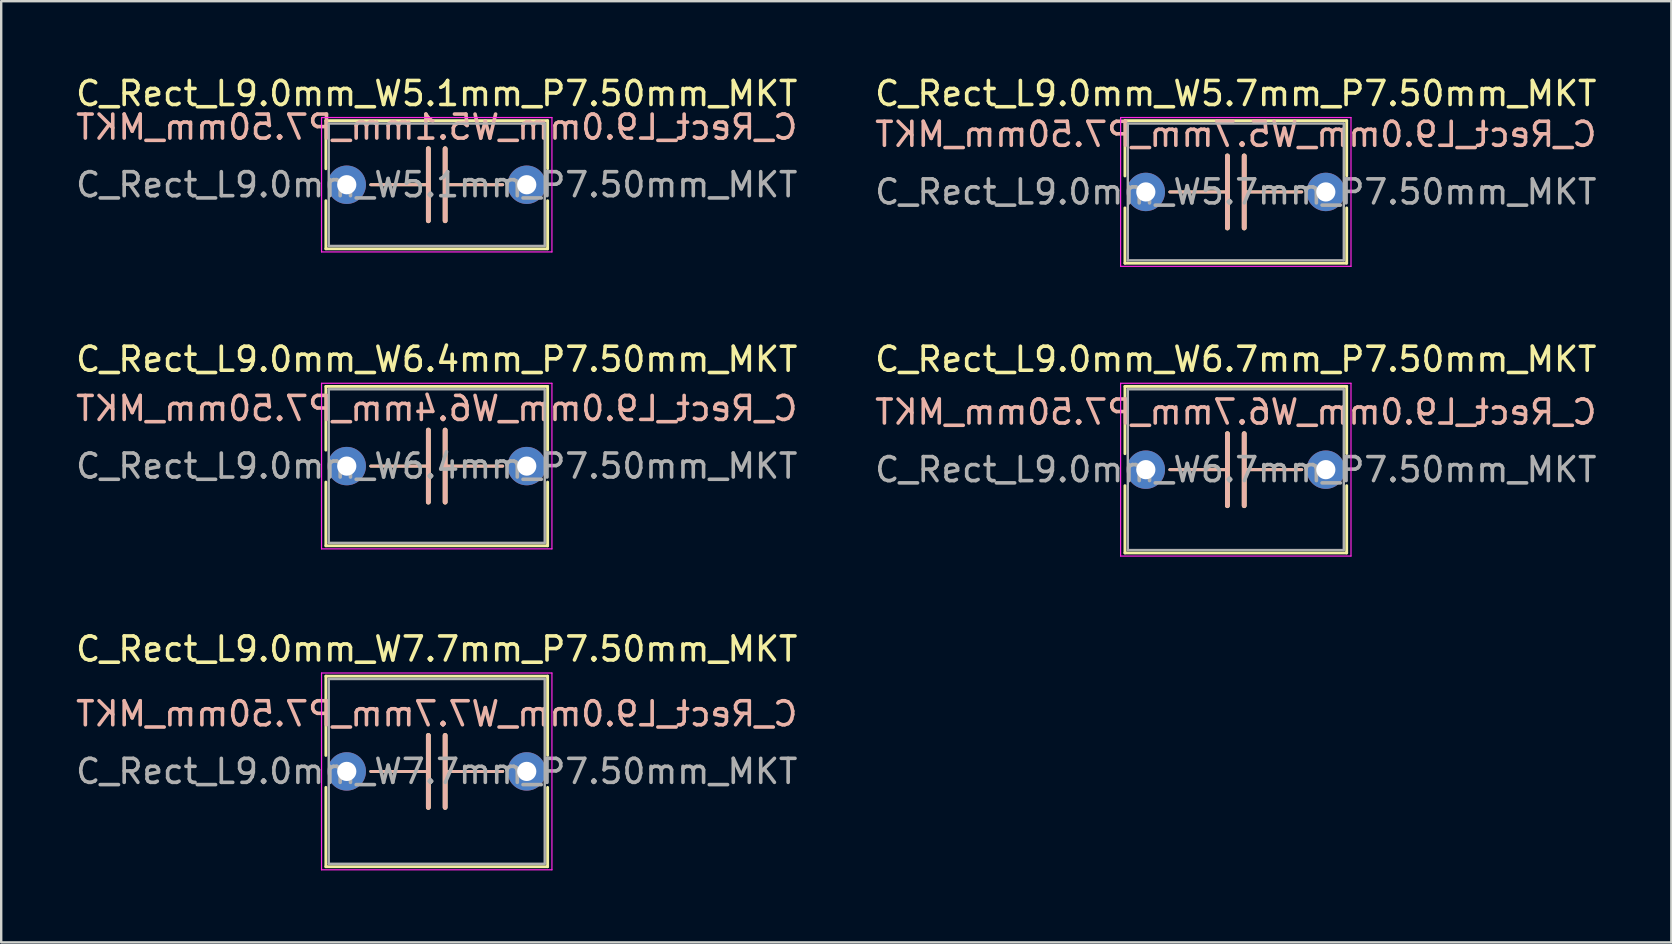
<source format=kicad_pcb>
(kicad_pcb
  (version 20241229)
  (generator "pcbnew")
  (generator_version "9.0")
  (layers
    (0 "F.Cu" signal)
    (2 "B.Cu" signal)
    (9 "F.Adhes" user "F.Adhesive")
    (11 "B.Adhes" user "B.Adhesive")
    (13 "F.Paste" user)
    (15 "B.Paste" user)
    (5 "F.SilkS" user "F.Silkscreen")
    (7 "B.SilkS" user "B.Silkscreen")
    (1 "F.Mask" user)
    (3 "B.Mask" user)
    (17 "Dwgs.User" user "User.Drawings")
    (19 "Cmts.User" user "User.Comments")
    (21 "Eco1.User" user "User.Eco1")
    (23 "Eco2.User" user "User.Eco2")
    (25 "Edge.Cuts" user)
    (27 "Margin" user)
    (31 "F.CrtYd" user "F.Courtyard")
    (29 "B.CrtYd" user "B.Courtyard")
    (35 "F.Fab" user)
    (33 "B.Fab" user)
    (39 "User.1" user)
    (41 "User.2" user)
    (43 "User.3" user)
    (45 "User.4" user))
  (footprint "C_Rect_L9.0mm_W6.7mm_P7.50mm_MKT"
    (layer "F.Cu")
    (at 44.696 16.521)
    (property "Reference" "C_Rect_L9.0mm_W6.7mm_P7.50mm_MKT" (at 3.75 -4.6 0) (layer "F.SilkS") (effects (font (size 1 1) (thickness 0.15))))
    (fp_line (start -0.87 -3.47) (end -0.87 -0.665) (stroke (width 0.12) (type solid)) (layer "F.SilkS"))
    (fp_line (start -0.87 -3.47) (end 8.37 -3.47) (stroke (width 0.12) (type solid)) (layer "F.SilkS"))
    (fp_line (start -0.87 0.665) (end -0.87 3.47) (stroke (width 0.12) (type solid)) (layer "F.SilkS"))
    (fp_line (start -0.87 3.47) (end 8.37 3.47) (stroke (width 0.12) (type solid)) (layer "F.SilkS"))
    (fp_line (start 1 0) (end 3.4 0) (stroke (width 0.12) (type solid)) (layer "F.SilkS"))
    (fp_line (start 3.4 -1.5) (end 3.4 1.5) (stroke (width 0.2) (type solid)) (layer "F.SilkS"))
    (fp_line (start 4.1 -1.5) (end 4.1 1.5) (stroke (width 0.2) (type solid)) (layer "F.SilkS"))
    (fp_line (start 4.1 0) (end 6.5 0) (stroke (width 0.12) (type solid)) (layer "F.SilkS"))
    (fp_line (start 8.37 -3.47) (end 8.37 -0.665) (stroke (width 0.12) (type solid)) (layer "F.SilkS"))
    (fp_line (start 8.37 0.665) (end 8.37 3.47) (stroke (width 0.12) (type solid)) (layer "F.SilkS"))
    (fp_line (start 1 0) (end 3.4 0) (stroke (width 0.12) (type solid)) (layer "B.SilkS"))
    (fp_line (start 3.4 1.5) (end 3.4 -1.5) (stroke (width 0.2) (type solid)) (layer "B.SilkS"))
    (fp_line (start 4.1 0) (end 6.5 0) (stroke (width 0.12) (type solid)) (layer "B.SilkS"))
    (fp_line (start 4.1 1.5) (end 4.1 -1.5) (stroke (width 0.2) (type solid)) (layer "B.SilkS"))
    (fp_line (start -1.05 -3.6) (end -1.05 3.6) (stroke (width 0.05) (type solid)) (layer "F.CrtYd"))
    (fp_line (start -1.05 3.6) (end 8.55 3.6) (stroke (width 0.05) (type solid)) (layer "F.CrtYd"))
    (fp_line (start 8.55 -3.6) (end -1.05 -3.6) (stroke (width 0.05) (type solid)) (layer "F.CrtYd"))
    (fp_line (start 8.55 3.6) (end 8.55 -3.6) (stroke (width 0.05) (type solid)) (layer "F.CrtYd"))
    (fp_line (start -0.75 -3.35) (end -0.75 3.35) (stroke (width 0.1) (type solid)) (layer "F.Fab"))
    (fp_line (start -0.75 3.35) (end 8.25 3.35) (stroke (width 0.1) (type solid)) (layer "F.Fab"))
    (fp_line (start 8.25 -3.35) (end -0.75 -3.35) (stroke (width 0.1) (type solid)) (layer "F.Fab"))
    (fp_line (start 8.25 3.35) (end 8.25 -3.35) (stroke (width 0.1) (type solid)) (layer "F.Fab"))
    (fp_text user "${REFERENCE}" (at 3.75 -2.4 0) (layer "B.SilkS") (effects (font (size 1 1) (thickness 0.15)) (justify mirror)))
    (fp_text user "${REFERENCE}" (at 3.75 0 0) (layer "F.Fab") (effects (font (size 1 1) (thickness 0.15))))
    (pad "1" thru_hole circle (at 0 0) (size 1.6 1.6) (drill 0.8) (layers "*.Cu" "*.Mask"))
    (pad "2" thru_hole circle (at 7.5 0) (size 1.6 1.6) (drill 0.8) (layers "*.Cu" "*.Mask")))
  (footprint "C_Rect_L9.0mm_W5.7mm_P7.50mm_MKT"
    (layer "F.Cu")
    (at 44.696 4.948)
    (property "Reference" "C_Rect_L9.0mm_W5.7mm_P7.50mm_MKT" (at 3.75 -4.1 0) (layer "F.SilkS") (effects (font (size 1 1) (thickness 0.15))))
    (fp_line (start -0.87 -2.97) (end -0.87 -0.665) (stroke (width 0.12) (type solid)) (layer "F.SilkS"))
    (fp_line (start -0.87 -2.97) (end 8.37 -2.97) (stroke (width 0.12) (type solid)) (layer "F.SilkS"))
    (fp_line (start -0.87 0.665) (end -0.87 2.97) (stroke (width 0.12) (type solid)) (layer "F.SilkS"))
    (fp_line (start -0.87 2.97) (end 8.37 2.97) (stroke (width 0.12) (type solid)) (layer "F.SilkS"))
    (fp_line (start 1 0) (end 3.4 0) (stroke (width 0.12) (type solid)) (layer "F.SilkS"))
    (fp_line (start 3.4 -1.5) (end 3.4 1.5) (stroke (width 0.2) (type solid)) (layer "F.SilkS"))
    (fp_line (start 4.1 -1.5) (end 4.1 1.5) (stroke (width 0.2) (type solid)) (layer "F.SilkS"))
    (fp_line (start 4.1 0) (end 6.5 0) (stroke (width 0.12) (type solid)) (layer "F.SilkS"))
    (fp_line (start 8.37 -2.97) (end 8.37 -0.665) (stroke (width 0.12) (type solid)) (layer "F.SilkS"))
    (fp_line (start 8.37 0.665) (end 8.37 2.97) (stroke (width 0.12) (type solid)) (layer "F.SilkS"))
    (fp_line (start 1 0) (end 3.4 0) (stroke (width 0.12) (type solid)) (layer "B.SilkS"))
    (fp_line (start 3.4 1.5) (end 3.4 -1.5) (stroke (width 0.2) (type solid)) (layer "B.SilkS"))
    (fp_line (start 4.1 0) (end 6.5 0) (stroke (width 0.12) (type solid)) (layer "B.SilkS"))
    (fp_line (start 4.1 1.5) (end 4.1 -1.5) (stroke (width 0.2) (type solid)) (layer "B.SilkS"))
    (fp_line (start -1.05 -3.1) (end -1.05 3.1) (stroke (width 0.05) (type solid)) (layer "F.CrtYd"))
    (fp_line (start -1.05 3.1) (end 8.55 3.1) (stroke (width 0.05) (type solid)) (layer "F.CrtYd"))
    (fp_line (start 8.55 -3.1) (end -1.05 -3.1) (stroke (width 0.05) (type solid)) (layer "F.CrtYd"))
    (fp_line (start 8.55 3.1) (end 8.55 -3.1) (stroke (width 0.05) (type solid)) (layer "F.CrtYd"))
    (fp_line (start -0.75 -2.85) (end -0.75 2.85) (stroke (width 0.1) (type solid)) (layer "F.Fab"))
    (fp_line (start -0.75 2.85) (end 8.25 2.85) (stroke (width 0.1) (type solid)) (layer "F.Fab"))
    (fp_line (start 8.25 -2.85) (end -0.75 -2.85) (stroke (width 0.1) (type solid)) (layer "F.Fab"))
    (fp_line (start 8.25 2.85) (end 8.25 -2.85) (stroke (width 0.1) (type solid)) (layer "F.Fab"))
    (fp_text user "${REFERENCE}" (at 3.75 -2.4 0) (layer "B.SilkS") (effects (font (size 1 1) (thickness 0.15)) (justify mirror)))
    (fp_text user "${REFERENCE}" (at 3.75 0 0) (layer "F.Fab") (effects (font (size 1 1) (thickness 0.15))))
    (pad "1" thru_hole circle (at 0 0) (size 1.6 1.6) (drill 0.8) (layers "*.Cu" "*.Mask"))
    (pad "2" thru_hole circle (at 7.5 0) (size 1.6 1.6) (drill 0.8) (layers "*.Cu" "*.Mask")))
  (footprint "C_Rect_L9.0mm_W6.4mm_P7.50mm_MKT"
    (layer "F.Cu")
    (at 11.399 16.372)
    (property "Reference" "C_Rect_L9.0mm_W6.4mm_P7.50mm_MKT" (at 3.75 -4.45 0) (layer "F.SilkS") (effects (font (size 1 1) (thickness 0.15))))
    (fp_line (start -0.87 -3.32) (end -0.87 -0.665) (stroke (width 0.12) (type solid)) (layer "F.SilkS"))
    (fp_line (start -0.87 -3.32) (end 8.37 -3.32) (stroke (width 0.12) (type solid)) (layer "F.SilkS"))
    (fp_line (start -0.87 0.665) (end -0.87 3.32) (stroke (width 0.12) (type solid)) (layer "F.SilkS"))
    (fp_line (start -0.87 3.32) (end 8.37 3.32) (stroke (width 0.12) (type solid)) (layer "F.SilkS"))
    (fp_line (start 1 0) (end 3.4 0) (stroke (width 0.12) (type solid)) (layer "F.SilkS"))
    (fp_line (start 3.4 -1.5) (end 3.4 1.5) (stroke (width 0.2) (type solid)) (layer "F.SilkS"))
    (fp_line (start 4.1 -1.5) (end 4.1 1.5) (stroke (width 0.2) (type solid)) (layer "F.SilkS"))
    (fp_line (start 4.1 0) (end 6.5 0) (stroke (width 0.12) (type solid)) (layer "F.SilkS"))
    (fp_line (start 8.37 -3.32) (end 8.37 -0.665) (stroke (width 0.12) (type solid)) (layer "F.SilkS"))
    (fp_line (start 8.37 0.665) (end 8.37 3.32) (stroke (width 0.12) (type solid)) (layer "F.SilkS"))
    (fp_line (start 1 0) (end 3.4 0) (stroke (width 0.12) (type solid)) (layer "B.SilkS"))
    (fp_line (start 3.4 1.5) (end 3.4 -1.5) (stroke (width 0.2) (type solid)) (layer "B.SilkS"))
    (fp_line (start 4.1 0) (end 6.5 0) (stroke (width 0.12) (type solid)) (layer "B.SilkS"))
    (fp_line (start 4.1 1.5) (end 4.1 -1.5) (stroke (width 0.2) (type solid)) (layer "B.SilkS"))
    (fp_line (start -1.05 -3.45) (end -1.05 3.45) (stroke (width 0.05) (type solid)) (layer "F.CrtYd"))
    (fp_line (start -1.05 3.45) (end 8.55 3.45) (stroke (width 0.05) (type solid)) (layer "F.CrtYd"))
    (fp_line (start 8.55 -3.45) (end -1.05 -3.45) (stroke (width 0.05) (type solid)) (layer "F.CrtYd"))
    (fp_line (start 8.55 3.45) (end 8.55 -3.45) (stroke (width 0.05) (type solid)) (layer "F.CrtYd"))
    (fp_line (start -0.75 -3.2) (end -0.75 3.2) (stroke (width 0.1) (type solid)) (layer "F.Fab"))
    (fp_line (start -0.75 3.2) (end 8.25 3.2) (stroke (width 0.1) (type solid)) (layer "F.Fab"))
    (fp_line (start 8.25 -3.2) (end -0.75 -3.2) (stroke (width 0.1) (type solid)) (layer "F.Fab"))
    (fp_line (start 8.25 3.2) (end 8.25 -3.2) (stroke (width 0.1) (type solid)) (layer "F.Fab"))
    (fp_text user "${REFERENCE}" (at 3.75 -2.4 0) (layer "B.SilkS") (effects (font (size 1 1) (thickness 0.15)) (justify mirror)))
    (fp_text user "${REFERENCE}" (at 3.75 0 0) (layer "F.Fab") (effects (font (size 1 1) (thickness 0.15))))
    (pad "1" thru_hole circle (at 0 0) (size 1.6 1.6) (drill 0.8) (layers "*.Cu" "*.Mask"))
    (pad "2" thru_hole circle (at 7.5 0) (size 1.6 1.6) (drill 0.8) (layers "*.Cu" "*.Mask")))
  (footprint "C_Rect_L9.0mm_W7.7mm_P7.50mm_MKT"
    (layer "F.Cu")
    (at 11.399 29.095)
    (property "Reference" "C_Rect_L9.0mm_W7.7mm_P7.50mm_MKT" (at 3.75 -5.1 0) (layer "F.SilkS") (effects (font (size 1 1) (thickness 0.15))))
    (fp_line (start -0.87 -3.97) (end -0.87 -0.665) (stroke (width 0.12) (type solid)) (layer "F.SilkS"))
    (fp_line (start -0.87 -3.97) (end 8.37 -3.97) (stroke (width 0.12) (type solid)) (layer "F.SilkS"))
    (fp_line (start -0.87 0.665) (end -0.87 3.97) (stroke (width 0.12) (type solid)) (layer "F.SilkS"))
    (fp_line (start -0.87 3.97) (end 8.37 3.97) (stroke (width 0.12) (type solid)) (layer "F.SilkS"))
    (fp_line (start 1 0) (end 3.4 0) (stroke (width 0.12) (type solid)) (layer "F.SilkS"))
    (fp_line (start 3.4 -1.5) (end 3.4 1.5) (stroke (width 0.2) (type solid)) (layer "F.SilkS"))
    (fp_line (start 4.1 -1.5) (end 4.1 1.5) (stroke (width 0.2) (type solid)) (layer "F.SilkS"))
    (fp_line (start 4.1 0) (end 6.5 0) (stroke (width 0.12) (type solid)) (layer "F.SilkS"))
    (fp_line (start 8.37 -3.97) (end 8.37 -0.665) (stroke (width 0.12) (type solid)) (layer "F.SilkS"))
    (fp_line (start 8.37 0.665) (end 8.37 3.97) (stroke (width 0.12) (type solid)) (layer "F.SilkS"))
    (fp_line (start 1 0) (end 3.4 0) (stroke (width 0.12) (type solid)) (layer "B.SilkS"))
    (fp_line (start 3.4 1.5) (end 3.4 -1.5) (stroke (width 0.2) (type solid)) (layer "B.SilkS"))
    (fp_line (start 4.1 0) (end 6.5 0) (stroke (width 0.12) (type solid)) (layer "B.SilkS"))
    (fp_line (start 4.1 1.5) (end 4.1 -1.5) (stroke (width 0.2) (type solid)) (layer "B.SilkS"))
    (fp_line (start -1.05 -4.1) (end -1.05 4.1) (stroke (width 0.05) (type solid)) (layer "F.CrtYd"))
    (fp_line (start -1.05 4.1) (end 8.55 4.1) (stroke (width 0.05) (type solid)) (layer "F.CrtYd"))
    (fp_line (start 8.55 -4.1) (end -1.05 -4.1) (stroke (width 0.05) (type solid)) (layer "F.CrtYd"))
    (fp_line (start 8.55 4.1) (end 8.55 -4.1) (stroke (width 0.05) (type solid)) (layer "F.CrtYd"))
    (fp_line (start -0.75 -3.85) (end -0.75 3.85) (stroke (width 0.1) (type solid)) (layer "F.Fab"))
    (fp_line (start -0.75 3.85) (end 8.25 3.85) (stroke (width 0.1) (type solid)) (layer "F.Fab"))
    (fp_line (start 8.25 -3.85) (end -0.75 -3.85) (stroke (width 0.1) (type solid)) (layer "F.Fab"))
    (fp_line (start 8.25 3.85) (end 8.25 -3.85) (stroke (width 0.1) (type solid)) (layer "F.Fab"))
    (fp_text user "${REFERENCE}" (at 3.75 -2.4 0) (layer "B.SilkS") (effects (font (size 1 1) (thickness 0.15)) (justify mirror)))
    (fp_text user "${REFERENCE}" (at 3.75 0 0) (layer "F.Fab") (effects (font (size 1 1) (thickness 0.15))))
    (pad "1" thru_hole circle (at 0 0) (size 1.6 1.6) (drill 0.8) (layers "*.Cu" "*.Mask"))
    (pad "2" thru_hole circle (at 7.5 0) (size 1.6 1.6) (drill 0.8) (layers "*.Cu" "*.Mask")))
  (footprint "C_Rect_L9.0mm_W5.1mm_P7.50mm_MKT"
    (layer "F.Cu")
    (at 11.399 4.648)
    (property "Reference" "C_Rect_L9.0mm_W5.1mm_P7.50mm_MKT" (at 3.75 -3.8 0) (layer "F.SilkS") (effects (font (size 1 1) (thickness 0.15))))
    (fp_line (start -0.87 -2.67) (end -0.87 -0.665) (stroke (width 0.12) (type solid)) (layer "F.SilkS"))
    (fp_line (start -0.87 -2.67) (end 8.37 -2.67) (stroke (width 0.12) (type solid)) (layer "F.SilkS"))
    (fp_line (start -0.87 0.665) (end -0.87 2.67) (stroke (width 0.12) (type solid)) (layer "F.SilkS"))
    (fp_line (start -0.87 2.67) (end 8.37 2.67) (stroke (width 0.12) (type solid)) (layer "F.SilkS"))
    (fp_line (start 1 0) (end 3.4 0) (stroke (width 0.12) (type solid)) (layer "F.SilkS"))
    (fp_line (start 3.4 -1.5) (end 3.4 1.5) (stroke (width 0.2) (type solid)) (layer "F.SilkS"))
    (fp_line (start 4.1 -1.5) (end 4.1 1.5) (stroke (width 0.2) (type solid)) (layer "F.SilkS"))
    (fp_line (start 4.1 0) (end 6.5 0) (stroke (width 0.12) (type solid)) (layer "F.SilkS"))
    (fp_line (start 8.37 -2.67) (end 8.37 -0.665) (stroke (width 0.12) (type solid)) (layer "F.SilkS"))
    (fp_line (start 8.37 0.665) (end 8.37 2.67) (stroke (width 0.12) (type solid)) (layer "F.SilkS"))
    (fp_line (start 1 0) (end 3.4 0) (stroke (width 0.12) (type solid)) (layer "B.SilkS"))
    (fp_line (start 3.4 1.5) (end 3.4 -1.5) (stroke (width 0.2) (type solid)) (layer "B.SilkS"))
    (fp_line (start 4.1 0) (end 6.5 0) (stroke (width 0.12) (type solid)) (layer "B.SilkS"))
    (fp_line (start 4.1 1.5) (end 4.1 -1.5) (stroke (width 0.2) (type solid)) (layer "B.SilkS"))
    (fp_line (start -1.05 -2.8) (end -1.05 2.8) (stroke (width 0.05) (type solid)) (layer "F.CrtYd"))
    (fp_line (start -1.05 2.8) (end 8.55 2.8) (stroke (width 0.05) (type solid)) (layer "F.CrtYd"))
    (fp_line (start 8.55 -2.8) (end -1.05 -2.8) (stroke (width 0.05) (type solid)) (layer "F.CrtYd"))
    (fp_line (start 8.55 2.8) (end 8.55 -2.8) (stroke (width 0.05) (type solid)) (layer "F.CrtYd"))
    (fp_line (start -0.75 -2.55) (end -0.75 2.55) (stroke (width 0.1) (type solid)) (layer "F.Fab"))
    (fp_line (start -0.75 2.55) (end 8.25 2.55) (stroke (width 0.1) (type solid)) (layer "F.Fab"))
    (fp_line (start 8.25 -2.55) (end -0.75 -2.55) (stroke (width 0.1) (type solid)) (layer "F.Fab"))
    (fp_line (start 8.25 2.55) (end 8.25 -2.55) (stroke (width 0.1) (type solid)) (layer "F.Fab"))
    (fp_text user "${REFERENCE}" (at 3.75 -2.4 0) (layer "B.SilkS") (effects (font (size 1 1) (thickness 0.15)) (justify mirror)))
    (fp_text user "${REFERENCE}" (at 3.75 0 0) (layer "F.Fab") (effects (font (size 1 1) (thickness 0.15))))
    (pad "1" thru_hole circle (at 0 0) (size 1.6 1.6) (drill 0.8) (layers "*.Cu" "*.Mask"))
    (pad "2" thru_hole circle (at 7.5 0) (size 1.6 1.6) (drill 0.8) (layers "*.Cu" "*.Mask")))
  (gr_rect
    (start -3 -3)
    (end 66.595 36.22)
    (stroke (width 0.1) (type default))
    (fill no)
    (layer "Edge.Cuts")))
</source>
